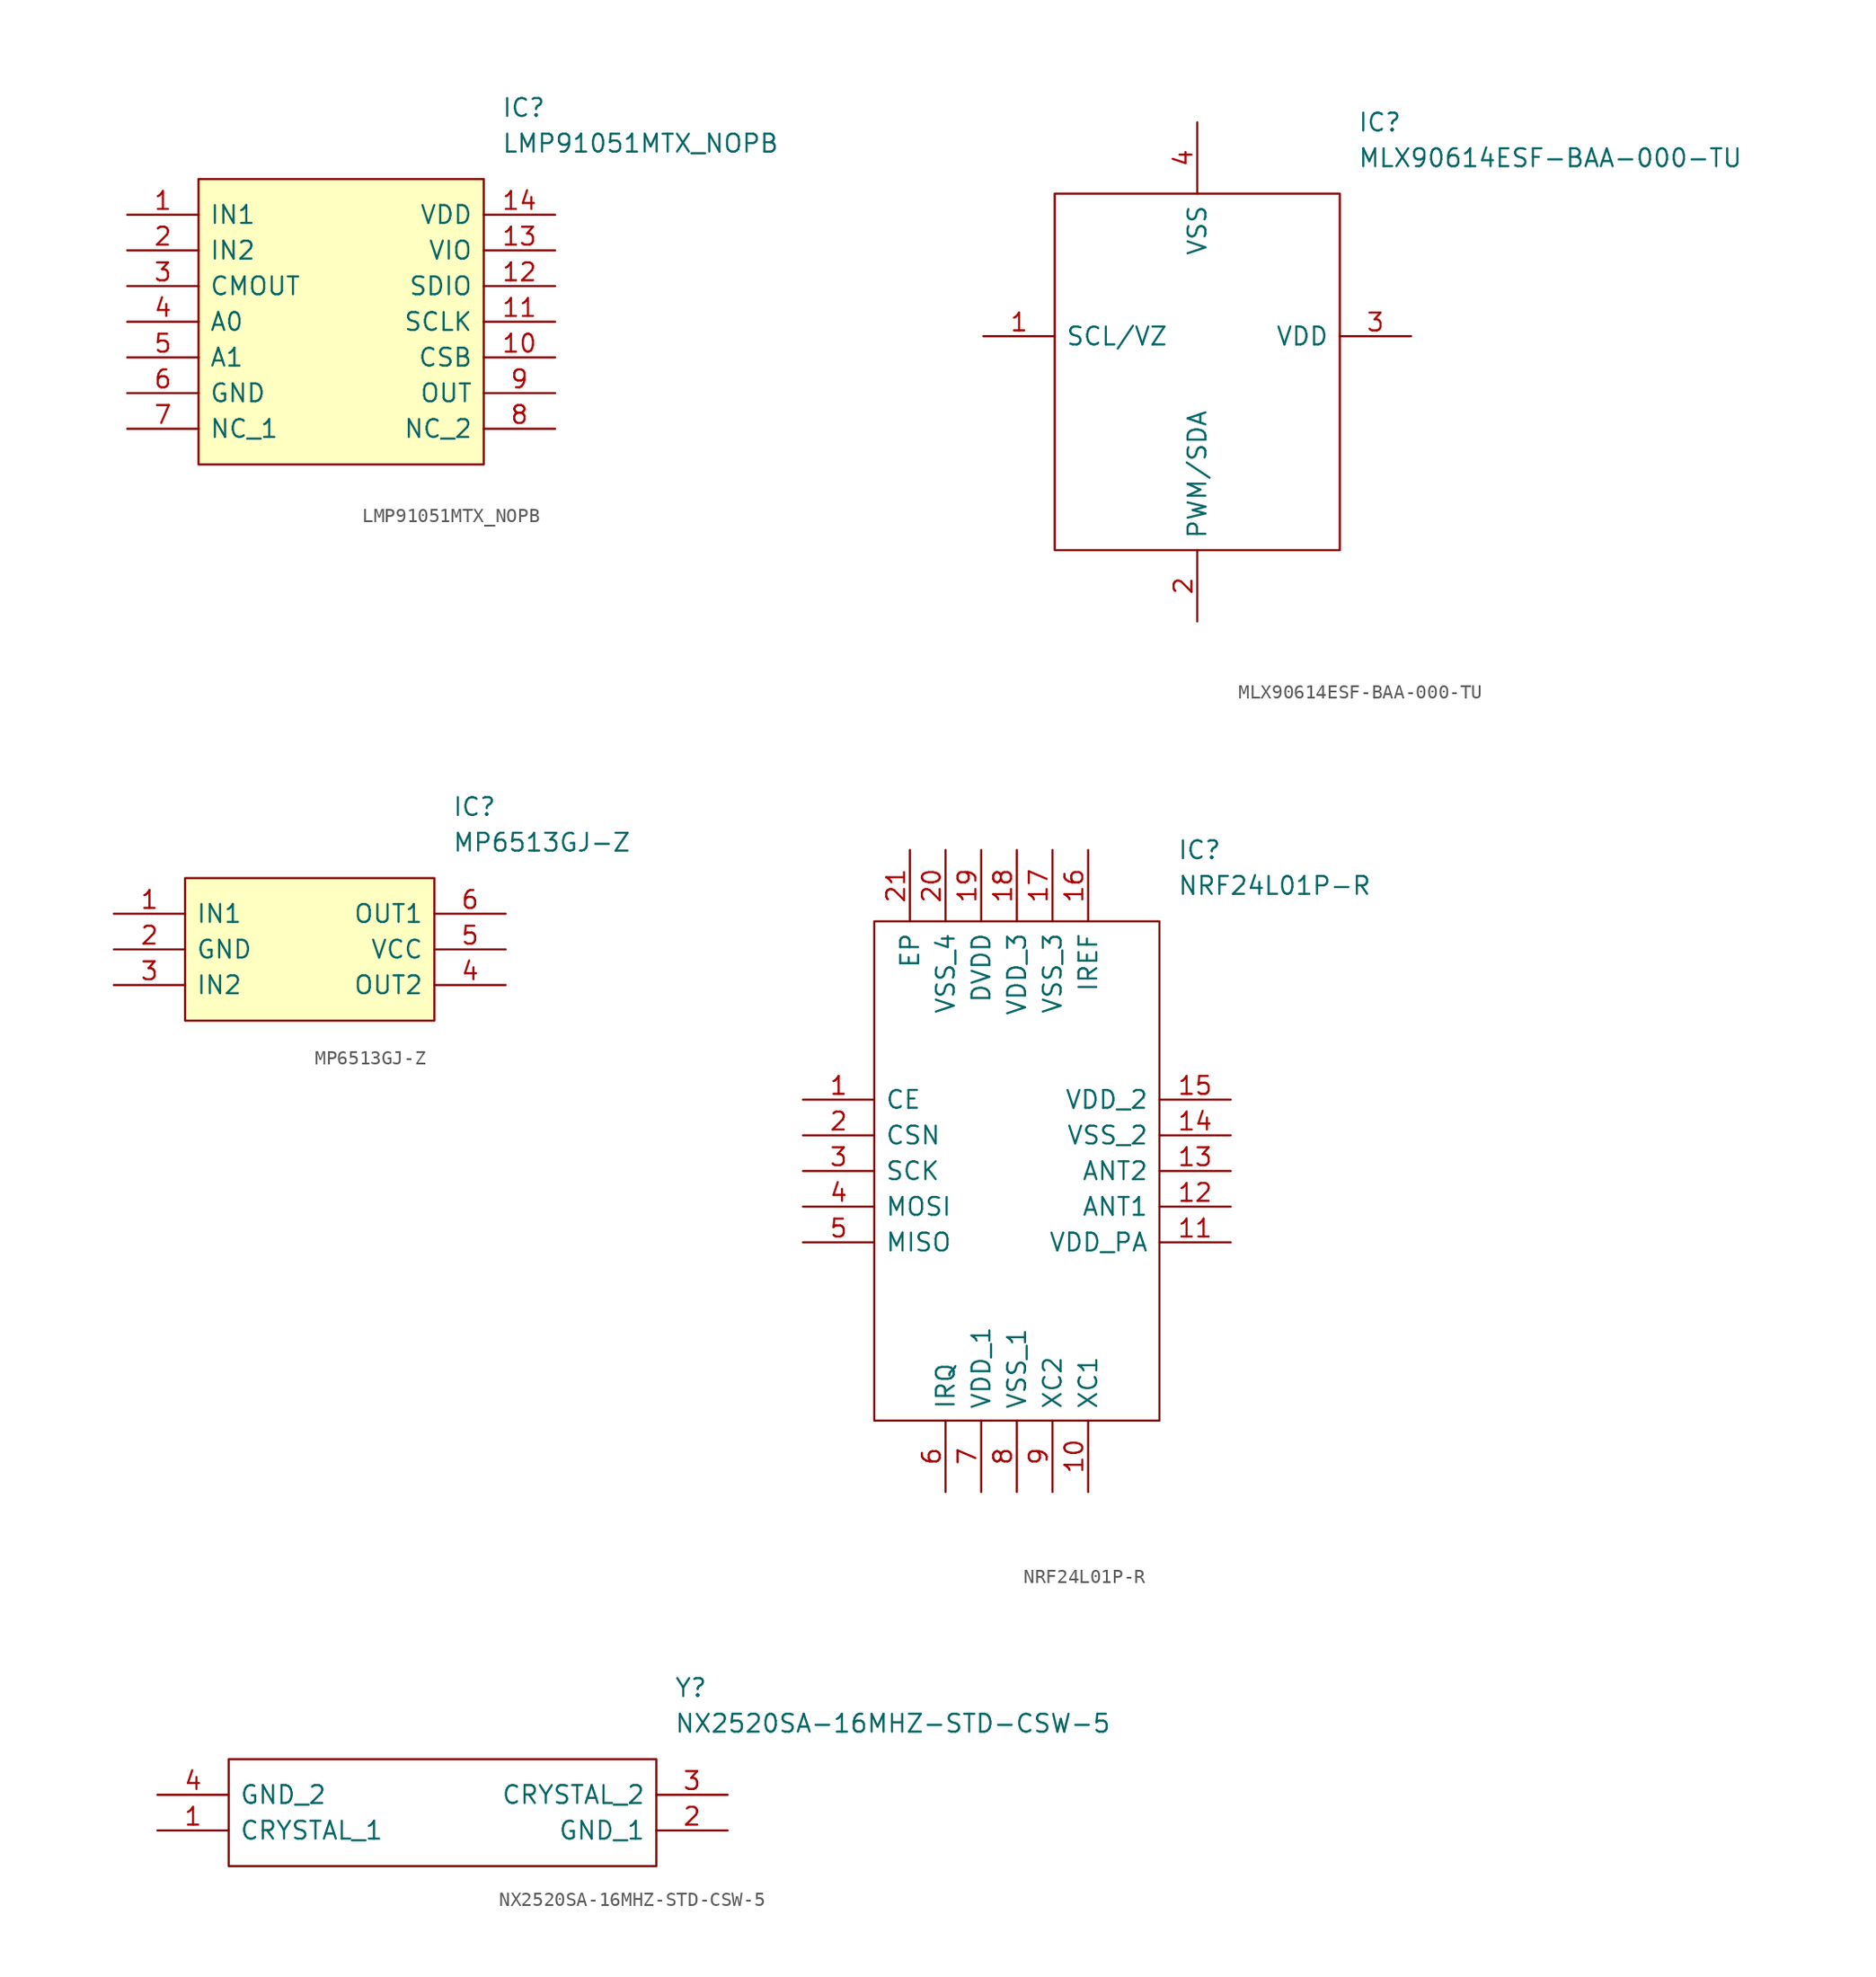
<source format=kicad_sym>
(kicad_symbol_lib
  (version 20211014)
  (generator kicad_symbol_editor)
  (symbol "LMP91051MTX_NOPB"
    (pin_names
      (offset 0.762))
    (property "Reference" "IC"
      (at 26.67 7.62 0)
      (effects (font (size 1.27 1.27)) (justify left)))
    (property "Value" "LMP91051MTX_NOPB"
      (at 26.67 5.08 0)
      (effects (font (size 1.27 1.27)) (justify left)))
    (symbol "LMP91051MTX_NOPB_0_0"
      (pin passive line (at 0 0 0) (length 5.08) (name "IN1" (effects (font (size 1.27 1.27)))) (number "1" (effects (font (size 1.27 1.27)))))
      (pin passive line (at 30.48 -10.16 180) (length 5.08) (name "CSB" (effects (font (size 1.27 1.27)))) (number "10" (effects (font (size 1.27 1.27)))))
      (pin passive line (at 30.48 -7.62 180) (length 5.08) (name "SCLK" (effects (font (size 1.27 1.27)))) (number "11" (effects (font (size 1.27 1.27)))))
      (pin passive line (at 30.48 -5.08 180) (length 5.08) (name "SDIO" (effects (font (size 1.27 1.27)))) (number "12" (effects (font (size 1.27 1.27)))))
      (pin passive line (at 30.48 -2.54 180) (length 5.08) (name "VIO" (effects (font (size 1.27 1.27)))) (number "13" (effects (font (size 1.27 1.27)))))
      (pin passive line (at 30.48 0 180) (length 5.08) (name "VDD" (effects (font (size 1.27 1.27)))) (number "14" (effects (font (size 1.27 1.27)))))
      (pin passive line (at 0 -2.54 0) (length 5.08) (name "IN2" (effects (font (size 1.27 1.27)))) (number "2" (effects (font (size 1.27 1.27)))))
      (pin passive line (at 0 -5.08 0) (length 5.08) (name "CMOUT" (effects (font (size 1.27 1.27)))) (number "3" (effects (font (size 1.27 1.27)))))
      (pin passive line (at 0 -7.62 0) (length 5.08) (name "A0" (effects (font (size 1.27 1.27)))) (number "4" (effects (font (size 1.27 1.27)))))
      (pin passive line (at 0 -10.16 0) (length 5.08) (name "A1" (effects (font (size 1.27 1.27)))) (number "5" (effects (font (size 1.27 1.27)))))
      (pin passive line (at 0 -12.7 0) (length 5.08) (name "GND" (effects (font (size 1.27 1.27)))) (number "6" (effects (font (size 1.27 1.27)))))
      (pin passive line (at 0 -15.24 0) (length 5.08) (name "NC_1" (effects (font (size 1.27 1.27)))) (number "7" (effects (font (size 1.27 1.27)))))
      (pin passive line (at 30.48 -15.24 180) (length 5.08) (name "NC_2" (effects (font (size 1.27 1.27)))) (number "8" (effects (font (size 1.27 1.27)))))
      (pin passive line (at 30.48 -12.7 180) (length 5.08) (name "OUT" (effects (font (size 1.27 1.27)))) (number "9" (effects (font (size 1.27 1.27))))))
    (symbol "LMP91051MTX_NOPB_0_1"
      (polyline (pts (xy 5.08 2.54) (xy 25.4 2.54) (xy 25.4 -17.78) (xy 5.08 -17.78) (xy 5.08 2.54)) (stroke (width 0.152) (type default) (color 0 0 0 0)) (fill (type background)))))
  (symbol "MLX90614ESF-BAA-000-TU"
    (pin_names
      (offset 0.762))
    (property "Reference" "IC"
      (at 26.67 15.24 0)
      (effects (font (size 1.27 1.27)) (justify left)))
    (property "Value" "MLX90614ESF-BAA-000-TU"
      (at 26.67 12.7 0)
      (effects (font (size 1.27 1.27)) (justify left)))
    (symbol "MLX90614ESF-BAA-000-TU_0_0"
      (pin passive line (at 0 0 0) (length 5.08) (name "SCL/VZ" (effects (font (size 1.27 1.27)))) (number "1" (effects (font (size 1.27 1.27)))))
      (pin power_in line (at 15.24 -20.32 90) (length 5.08) (name "PWM/SDA" (effects (font (size 1.27 1.27)))) (number "2" (effects (font (size 1.27 1.27)))))
      (pin passive line (at 30.48 0 180) (length 5.08) (name "VDD" (effects (font (size 1.27 1.27)))) (number "3" (effects (font (size 1.27 1.27)))))
      (pin power_in line (at 15.24 15.24 270) (length 5.08) (name "VSS" (effects (font (size 1.27 1.27)))) (number "4" (effects (font (size 1.27 1.27))))))
    (symbol "MLX90614ESF-BAA-000-TU_0_1"
      (polyline (pts (xy 5.08 10.16) (xy 25.4 10.16) (xy 25.4 -15.24) (xy 5.08 -15.24) (xy 5.08 10.16)) (stroke (width 0.152) (type default) (color 0 0 0 0)) (fill (type none)))))
  (symbol "MP6513GJ-Z"
    (pin_names
      (offset 0.762))
    (property "Reference" "IC"
      (at 24.13 7.62 0)
      (effects (font (size 1.27 1.27)) (justify left)))
    (property "Value" "MP6513GJ-Z"
      (at 24.13 5.08 0)
      (effects (font (size 1.27 1.27)) (justify left)))
    (symbol "MP6513GJ-Z_0_0"
      (pin passive line (at 0 0 0) (length 5.08) (name "IN1" (effects (font (size 1.27 1.27)))) (number "1" (effects (font (size 1.27 1.27)))))
      (pin passive line (at 0 -2.54 0) (length 5.08) (name "GND" (effects (font (size 1.27 1.27)))) (number "2" (effects (font (size 1.27 1.27)))))
      (pin passive line (at 0 -5.08 0) (length 5.08) (name "IN2" (effects (font (size 1.27 1.27)))) (number "3" (effects (font (size 1.27 1.27)))))
      (pin passive line (at 27.94 -5.08 180) (length 5.08) (name "OUT2" (effects (font (size 1.27 1.27)))) (number "4" (effects (font (size 1.27 1.27)))))
      (pin passive line (at 27.94 -2.54 180) (length 5.08) (name "VCC" (effects (font (size 1.27 1.27)))) (number "5" (effects (font (size 1.27 1.27)))))
      (pin passive line (at 27.94 0 180) (length 5.08) (name "OUT1" (effects (font (size 1.27 1.27)))) (number "6" (effects (font (size 1.27 1.27))))))
    (symbol "MP6513GJ-Z_0_1"
      (polyline (pts (xy 5.08 2.54) (xy 22.86 2.54) (xy 22.86 -7.62) (xy 5.08 -7.62) (xy 5.08 2.54)) (stroke (width 0.152) (type default) (color 0 0 0 0)) (fill (type background)))))
  (symbol "NRF24L01P-R"
    (pin_names
      (offset 0.762))
    (property "Reference" "IC"
      (at 26.67 17.78 0)
      (effects (font (size 1.27 1.27)) (justify left)))
    (property "Value" "NRF24L01P-R"
      (at 26.67 15.24 0)
      (effects (font (size 1.27 1.27)) (justify left)))
    (symbol "NRF24L01P-R_0_0"
      (pin passive line (at 0 0 0) (length 5.08) (name "CE" (effects (font (size 1.27 1.27)))) (number "1" (effects (font (size 1.27 1.27)))))
      (pin passive line (at 20.32 -27.94 90) (length 5.08) (name "XC1" (effects (font (size 1.27 1.27)))) (number "10" (effects (font (size 1.27 1.27)))))
      (pin passive line (at 30.48 -10.16 180) (length 5.08) (name "VDD_PA" (effects (font (size 1.27 1.27)))) (number "11" (effects (font (size 1.27 1.27)))))
      (pin passive line (at 30.48 -7.62 180) (length 5.08) (name "ANT1" (effects (font (size 1.27 1.27)))) (number "12" (effects (font (size 1.27 1.27)))))
      (pin passive line (at 30.48 -5.08 180) (length 5.08) (name "ANT2" (effects (font (size 1.27 1.27)))) (number "13" (effects (font (size 1.27 1.27)))))
      (pin passive line (at 30.48 -2.54 180) (length 5.08) (name "VSS_2" (effects (font (size 1.27 1.27)))) (number "14" (effects (font (size 1.27 1.27)))))
      (pin passive line (at 30.48 0 180) (length 5.08) (name "VDD_2" (effects (font (size 1.27 1.27)))) (number "15" (effects (font (size 1.27 1.27)))))
      (pin passive line (at 20.32 17.78 270) (length 5.08) (name "IREF" (effects (font (size 1.27 1.27)))) (number "16" (effects (font (size 1.27 1.27)))))
      (pin passive line (at 17.78 17.78 270) (length 5.08) (name "VSS_3" (effects (font (size 1.27 1.27)))) (number "17" (effects (font (size 1.27 1.27)))))
      (pin passive line (at 15.24 17.78 270) (length 5.08) (name "VDD_3" (effects (font (size 1.27 1.27)))) (number "18" (effects (font (size 1.27 1.27)))))
      (pin passive line (at 12.7 17.78 270) (length 5.08) (name "DVDD" (effects (font (size 1.27 1.27)))) (number "19" (effects (font (size 1.27 1.27)))))
      (pin passive line (at 0 -2.54 0) (length 5.08) (name "CSN" (effects (font (size 1.27 1.27)))) (number "2" (effects (font (size 1.27 1.27)))))
      (pin passive line (at 10.16 17.78 270) (length 5.08) (name "VSS_4" (effects (font (size 1.27 1.27)))) (number "20" (effects (font (size 1.27 1.27)))))
      (pin passive line (at 7.62 17.78 270) (length 5.08) (name "EP" (effects (font (size 1.27 1.27)))) (number "21" (effects (font (size 1.27 1.27)))))
      (pin passive line (at 0 -5.08 0) (length 5.08) (name "SCK" (effects (font (size 1.27 1.27)))) (number "3" (effects (font (size 1.27 1.27)))))
      (pin passive line (at 0 -7.62 0) (length 5.08) (name "MOSI" (effects (font (size 1.27 1.27)))) (number "4" (effects (font (size 1.27 1.27)))))
      (pin passive line (at 0 -10.16 0) (length 5.08) (name "MISO" (effects (font (size 1.27 1.27)))) (number "5" (effects (font (size 1.27 1.27)))))
      (pin passive line (at 10.16 -27.94 90) (length 5.08) (name "IRQ" (effects (font (size 1.27 1.27)))) (number "6" (effects (font (size 1.27 1.27)))))
      (pin passive line (at 12.7 -27.94 90) (length 5.08) (name "VDD_1" (effects (font (size 1.27 1.27)))) (number "7" (effects (font (size 1.27 1.27)))))
      (pin passive line (at 15.24 -27.94 90) (length 5.08) (name "VSS_1" (effects (font (size 1.27 1.27)))) (number "8" (effects (font (size 1.27 1.27)))))
      (pin passive line (at 17.78 -27.94 90) (length 5.08) (name "XC2" (effects (font (size 1.27 1.27)))) (number "9" (effects (font (size 1.27 1.27))))))
    (symbol "NRF24L01P-R_0_1"
      (polyline (pts (xy 5.08 12.7) (xy 25.4 12.7) (xy 25.4 -22.86) (xy 5.08 -22.86) (xy 5.08 12.7)) (stroke (width 0.152) (type default) (color 0 0 0 0)) (fill (type none)))))
  (symbol "NX2520SA-16MHZ-STD-CSW-5"
    (pin_names
      (offset 0.762))
    (property "Reference" "Y"
      (at 36.83 7.62 0)
      (effects (font (size 1.27 1.27)) (justify left)))
    (property "Value" "NX2520SA-16MHZ-STD-CSW-5"
      (at 36.83 5.08 0)
      (effects (font (size 1.27 1.27)) (justify left)))
    (symbol "NX2520SA-16MHZ-STD-CSW-5_0_0"
      (pin passive line (at 0 -2.54 0) (length 5.08) (name "CRYSTAL_1" (effects (font (size 1.27 1.27)))) (number "1" (effects (font (size 1.27 1.27)))))
      (pin passive line (at 40.64 -2.54 180) (length 5.08) (name "GND_1" (effects (font (size 1.27 1.27)))) (number "2" (effects (font (size 1.27 1.27)))))
      (pin passive line (at 40.64 0 180) (length 5.08) (name "CRYSTAL_2" (effects (font (size 1.27 1.27)))) (number "3" (effects (font (size 1.27 1.27)))))
      (pin passive line (at 0 0 0) (length 5.08) (name "GND_2" (effects (font (size 1.27 1.27)))) (number "4" (effects (font (size 1.27 1.27))))))
    (symbol "NX2520SA-16MHZ-STD-CSW-5_0_1"
      (polyline (pts (xy 5.08 2.54) (xy 35.56 2.54) (xy 35.56 -5.08) (xy 5.08 -5.08) (xy 5.08 2.54)) (stroke (width 0.152) (type default) (color 0 0 0 0)) (fill (type none))))))
</source>
